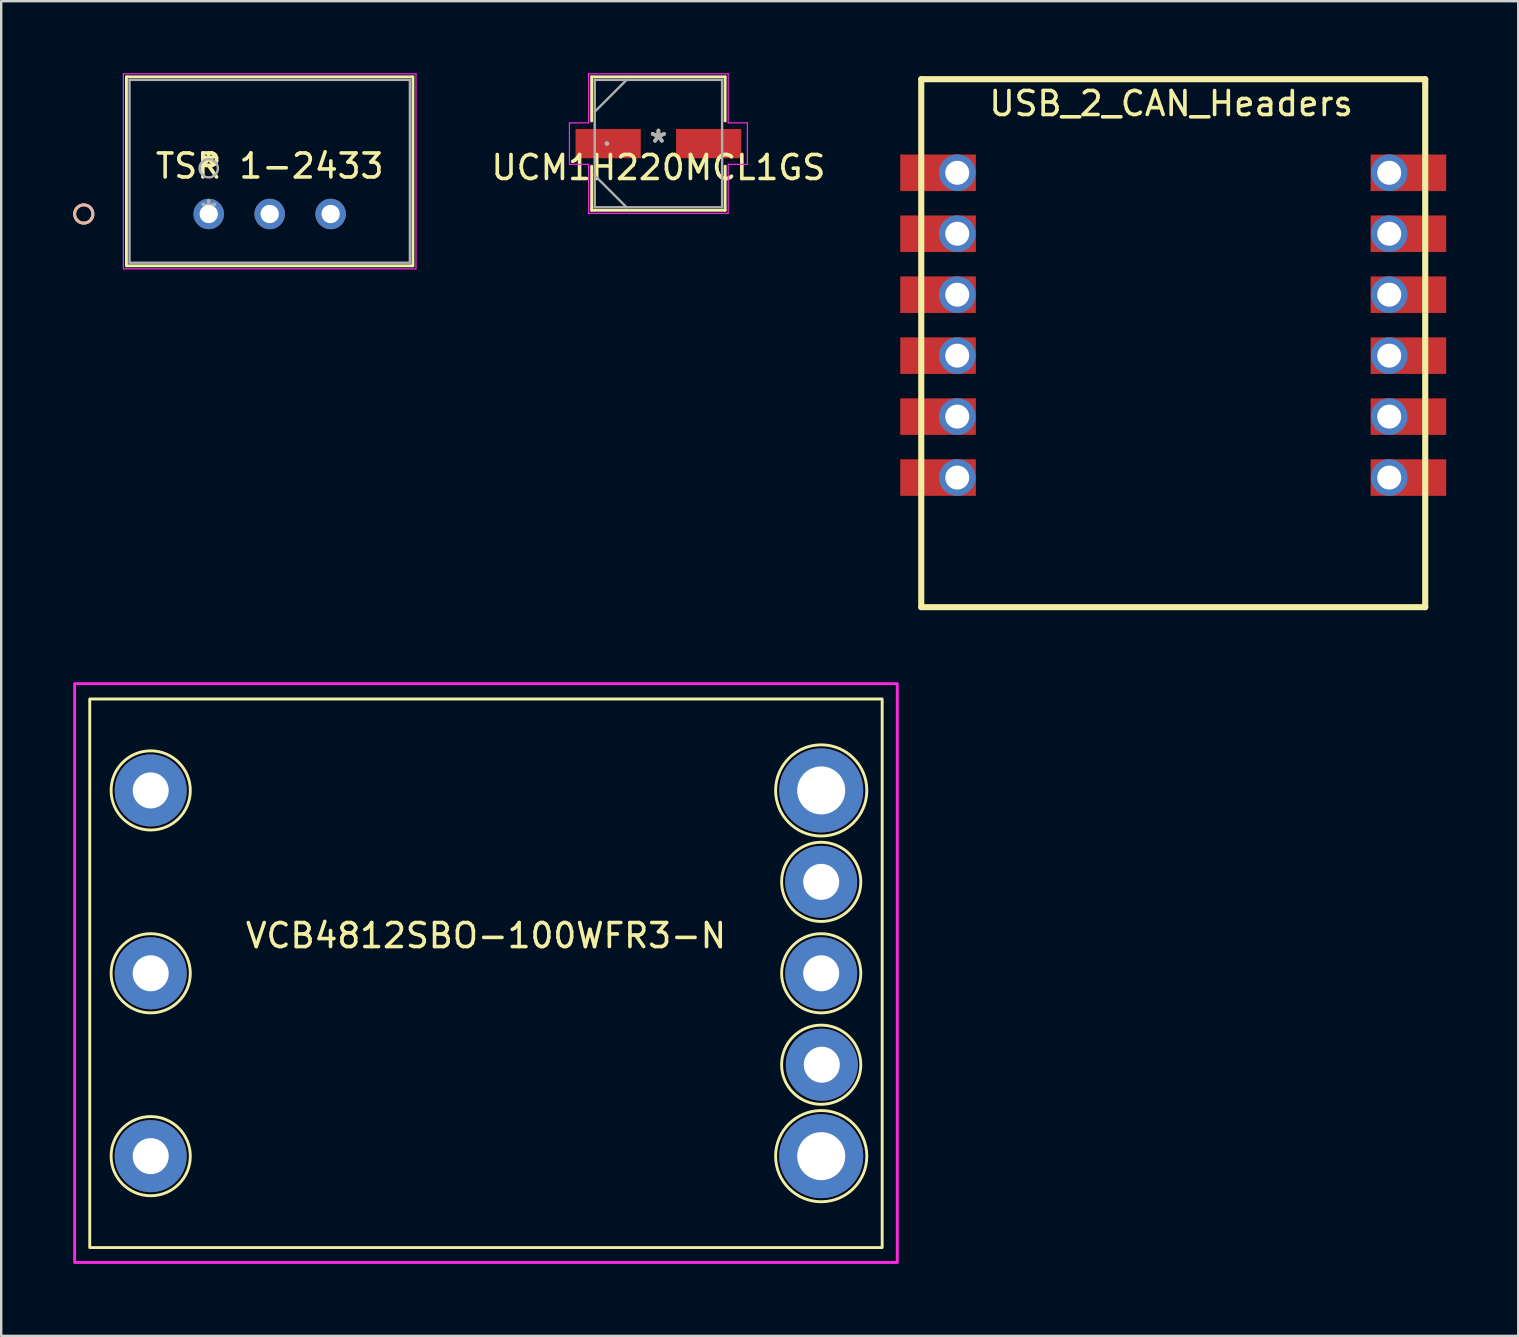
<source format=kicad_pcb>
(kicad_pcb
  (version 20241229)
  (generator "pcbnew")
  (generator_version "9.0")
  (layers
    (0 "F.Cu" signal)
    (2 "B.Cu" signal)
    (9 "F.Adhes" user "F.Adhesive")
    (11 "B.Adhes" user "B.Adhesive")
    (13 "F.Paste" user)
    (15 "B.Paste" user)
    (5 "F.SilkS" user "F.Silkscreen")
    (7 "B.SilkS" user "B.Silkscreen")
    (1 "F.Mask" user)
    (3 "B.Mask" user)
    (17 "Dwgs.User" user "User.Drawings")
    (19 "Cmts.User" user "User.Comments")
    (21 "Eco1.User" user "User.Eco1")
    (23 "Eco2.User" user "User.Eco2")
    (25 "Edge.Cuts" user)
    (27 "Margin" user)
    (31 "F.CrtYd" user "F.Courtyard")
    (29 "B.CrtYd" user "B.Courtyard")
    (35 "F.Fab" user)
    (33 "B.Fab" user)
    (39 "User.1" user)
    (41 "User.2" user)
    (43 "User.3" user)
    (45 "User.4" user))
  (footprint "UCM1H220MCL1GS"
    (layer "F.Cu")
    (at 24.386 2.933)
    (property "Reference" "UCM1H220MCL1GS" (at 0 1 0) (layer "F.SilkS") (effects (font (size 1 1) (thickness 0.15))))
    (attr through_hole)
    (fp_line (start -2.781 -2.781) (end -2.781 -0.942) (stroke (width 0.12) (type solid)) (layer "F.SilkS"))
    (fp_line (start -2.781 0.942) (end -2.781 2.781) (stroke (width 0.12) (type solid)) (layer "F.SilkS"))
    (fp_line (start -2.781 2.781) (end 2.781 2.781) (stroke (width 0.12) (type solid)) (layer "F.SilkS"))
    (fp_line (start 2.781 -2.781) (end -2.781 -2.781) (stroke (width 0.12) (type solid)) (layer "F.SilkS"))
    (fp_line (start 2.781 -0.942) (end 2.781 -2.781) (stroke (width 0.12) (type solid)) (layer "F.SilkS"))
    (fp_line (start 2.781 2.781) (end 2.781 0.942) (stroke (width 0.12) (type solid)) (layer "F.SilkS"))
    (fp_line (start -3.708 -0.864) (end -2.908 -0.864) (stroke (width 0.05) (type solid)) (layer "F.CrtYd"))
    (fp_line (start -3.708 0.864) (end -3.708 -0.864) (stroke (width 0.05) (type solid)) (layer "F.CrtYd"))
    (fp_line (start -2.908 -2.908) (end 2.908 -2.908) (stroke (width 0.05) (type solid)) (layer "F.CrtYd"))
    (fp_line (start -2.908 -0.864) (end -2.908 -2.908) (stroke (width 0.05) (type solid)) (layer "F.CrtYd"))
    (fp_line (start -2.908 0.864) (end -3.708 0.864) (stroke (width 0.05) (type solid)) (layer "F.CrtYd"))
    (fp_line (start -2.908 2.908) (end -2.908 0.864) (stroke (width 0.05) (type solid)) (layer "F.CrtYd"))
    (fp_line (start 2.908 -2.908) (end 2.908 -0.864) (stroke (width 0.05) (type solid)) (layer "F.CrtYd"))
    (fp_line (start 2.908 -0.864) (end 3.708 -0.864) (stroke (width 0.05) (type solid)) (layer "F.CrtYd"))
    (fp_line (start 2.908 0.864) (end 2.908 2.908) (stroke (width 0.05) (type solid)) (layer "F.CrtYd"))
    (fp_line (start 2.908 2.908) (end -2.908 2.908) (stroke (width 0.05) (type solid)) (layer "F.CrtYd"))
    (fp_line (start 3.708 -0.864) (end 3.708 0.864) (stroke (width 0.05) (type solid)) (layer "F.CrtYd"))
    (fp_line (start 3.708 0.864) (end 2.908 0.864) (stroke (width 0.05) (type solid)) (layer "F.CrtYd"))
    (fp_line (start -2.654 -2.654) (end -2.654 2.654) (stroke (width 0.1) (type solid)) (layer "F.Fab"))
    (fp_line (start -2.654 -1.327) (end -1.327 -2.654) (stroke (width 0.1) (type solid)) (layer "F.Fab"))
    (fp_line (start -2.654 1.327) (end -1.327 2.654) (stroke (width 0.1) (type solid)) (layer "F.Fab"))
    (fp_line (start -2.654 2.654) (end 2.654 2.654) (stroke (width 0.1) (type solid)) (layer "F.Fab"))
    (fp_line (start 2.654 -2.654) (end -2.654 -2.654) (stroke (width 0.1) (type solid)) (layer "F.Fab"))
    (fp_line (start 2.654 2.654) (end 2.654 -2.654) (stroke (width 0.1) (type solid)) (layer "F.Fab"))
    (fp_circle (center -2.146 0) (end -2.146 0) (stroke (width 0.1) (type solid)) (fill no) (layer "F.Fab"))
    (fp_text user "*" (at 0 0 0) (layer "F.SilkS") (effects (font (size 1 1) (thickness 0.15))))
    (fp_text user "*" (at 0 0 0) (layer "F.Fab") (effects (font (size 1 1) (thickness 0.15))))
    (pad "1" smd rect (at -2.095 0) (size 2.718 1.219) (layers "F.Cu" "F.Mask" "F.Paste"))
    (pad "2" smd rect (at 2.095 0) (size 2.718 1.219) (layers "F.Cu" "F.Mask" "F.Paste")))
  (footprint "USB_2_CAN_Headers"
    (layer "F.Cu")
    (at 35.339 0.25)
    (property "Reference" "USB_2_CAN_Headers" (at 10.414 1.016 0) (unlocked yes) (layer "F.SilkS") (effects (font (size 1 1) (thickness 0.15))))
    (fp_line (start 0 0) (end 21 0) (stroke (width 0.254) (type solid)) (layer "F.SilkS"))
    (fp_line (start 0 22) (end 0 0) (stroke (width 0.254) (type solid)) (layer "F.SilkS"))
    (fp_line (start 0 22) (end 21 22) (stroke (width 0.254) (type solid)) (layer "F.SilkS"))
    (fp_line (start 21 22) (end 21 0) (stroke (width 0.254) (type solid)) (layer "F.SilkS"))
    (pad "1" thru_hole circle (at 19.5 16.6 180) (size 1.524 1.524) (drill 1) (layers "*.Cu" "*.Mask"))
    (pad "1" smd rect (at 20.3 16.6) (size 3.15 1.524) (layers "F.Cu" "F.Mask" "F.Paste"))
    (pad "2" thru_hole circle (at 19.5 14.06 180) (size 1.524 1.524) (drill 1) (layers "*.Cu" "*.Mask"))
    (pad "2" smd rect (at 20.3 14.06) (size 3.15 1.524) (layers "F.Cu" "F.Mask" "F.Paste"))
    (pad "3" thru_hole circle (at 19.5 11.52 180) (size 1.524 1.524) (drill 1) (layers "*.Cu" "*.Mask"))
    (pad "3" smd rect (at 20.3 11.52) (size 3.15 1.524) (layers "F.Cu" "F.Mask" "F.Paste"))
    (pad "4" thru_hole circle (at 19.5 8.98 180) (size 1.524 1.524) (drill 1) (layers "*.Cu" "*.Mask"))
    (pad "4" smd rect (at 20.3 8.98) (size 3.15 1.524) (layers "F.Cu" "F.Mask" "F.Paste"))
    (pad "5" thru_hole circle (at 19.5 6.44 180) (size 1.524 1.524) (drill 1) (layers "*.Cu" "*.Mask"))
    (pad "5" smd rect (at 20.3 6.44) (size 3.15 1.524) (layers "F.Cu" "F.Mask" "F.Paste"))
    (pad "6" thru_hole circle (at 19.5 3.9 180) (size 1.524 1.524) (drill 1) (layers "*.Cu" "*.Mask"))
    (pad "6" smd rect (at 20.3 3.9) (size 3.15 1.524) (layers "F.Cu" "F.Mask" "F.Paste"))
    (pad "7" smd rect (at 0.7 3.9 180) (size 3.15 1.524) (layers "F.Cu" "F.Mask" "F.Paste"))
    (pad "7" thru_hole circle (at 1.5 3.9) (size 1.524 1.524) (drill 1) (layers "*.Cu" "*.Mask"))
    (pad "8" smd rect (at 0.7 6.44 180) (size 3.15 1.524) (layers "F.Cu" "F.Mask" "F.Paste"))
    (pad "8" thru_hole circle (at 1.5 6.44) (size 1.524 1.524) (drill 1) (layers "*.Cu" "*.Mask"))
    (pad "9" smd rect (at 0.7 8.98 180) (size 3.15 1.524) (layers "F.Cu" "F.Mask" "F.Paste"))
    (pad "9" thru_hole circle (at 1.5 8.98) (size 1.524 1.524) (drill 1) (layers "*.Cu" "*.Mask"))
    (pad "10" smd rect (at 0.7 11.52 180) (size 3.15 1.524) (layers "F.Cu" "F.Mask" "F.Paste"))
    (pad "10" thru_hole circle (at 1.5 11.52) (size 1.524 1.524) (drill 1) (layers "*.Cu" "*.Mask"))
    (pad "11" smd rect (at 0.7 14.06 180) (size 3.15 1.524) (layers "F.Cu" "F.Mask" "F.Paste"))
    (pad "11" thru_hole circle (at 1.5 14.06) (size 1.524 1.524) (drill 1) (layers "*.Cu" "*.Mask"))
    (pad "12" smd rect (at 0.7 16.6 180) (size 3.15 1.524) (layers "F.Cu" "F.Mask" "F.Paste"))
    (pad "12" thru_hole circle (at 1.5 16.6) (size 1.524 1.524) (drill 1) (layers "*.Cu" "*.Mask")))
  (footprint "TSR 1-2433"
    (layer "F.Cu")
    (at 5.648 5.867)
    (property "Reference" "TSR 1-2433" (at 2.54 -2 0) (layer "F.SilkS") (effects (font (size 1 1) (thickness 0.15))))
    (attr through_hole)
    (fp_line (start -3.429 -5.715) (end -3.429 2.159) (stroke (width 0.12) (type solid)) (layer "F.SilkS"))
    (fp_line (start -3.429 2.159) (end 8.509 2.159) (stroke (width 0.12) (type solid)) (layer "F.SilkS"))
    (fp_line (start 8.509 -5.715) (end -3.429 -5.715) (stroke (width 0.12) (type solid)) (layer "F.SilkS"))
    (fp_line (start 8.509 2.159) (end 8.509 -5.715) (stroke (width 0.12) (type solid)) (layer "F.SilkS"))
    (fp_circle (center -5.207 0) (end -4.826 0) (stroke (width 0.12) (type solid)) (fill no) (layer "F.SilkS"))
    (fp_circle (center -5.207 0) (end -4.826 0) (stroke (width 0.12) (type solid)) (fill no) (layer "B.SilkS"))
    (fp_line (start -3.556 -5.842) (end -3.556 2.286) (stroke (width 0.05) (type solid)) (layer "F.CrtYd"))
    (fp_line (start -3.556 2.286) (end 8.636 2.286) (stroke (width 0.05) (type solid)) (layer "F.CrtYd"))
    (fp_line (start 8.636 -5.842) (end -3.556 -5.842) (stroke (width 0.05) (type solid)) (layer "F.CrtYd"))
    (fp_line (start 8.636 2.286) (end 8.636 -5.842) (stroke (width 0.05) (type solid)) (layer "F.CrtYd"))
    (fp_line (start -3.302 -5.588) (end -3.302 2.032) (stroke (width 0.1) (type solid)) (layer "F.Fab"))
    (fp_line (start -3.302 2.032) (end 8.382 2.032) (stroke (width 0.1) (type solid)) (layer "F.Fab"))
    (fp_line (start 8.382 -5.588) (end -3.302 -5.588) (stroke (width 0.1) (type solid)) (layer "F.Fab"))
    (fp_line (start 8.382 2.032) (end 8.382 -5.588) (stroke (width 0.1) (type solid)) (layer "F.Fab"))
    (fp_circle (center 0 -1.905) (end 0.381 -1.905) (stroke (width 0.1) (type solid)) (fill no) (layer "F.Fab"))
    (fp_text user "*" (at 0 -2 0) (layer "F.SilkS") (effects (font (size 1 1) (thickness 0.15))))
    (fp_text user "*" (at 0 0 0) (layer "F.Fab") (effects (font (size 1 1) (thickness 0.15))))
    (pad "1" thru_hole circle (at 0 0) (size 1.27 1.27) (drill 0.762) (layers "*.Cu" "*.Mask"))
    (pad "2" thru_hole circle (at 2.54 0) (size 1.27 1.27) (drill 0.762) (layers "*.Cu" "*.Mask"))
    (pad "3" thru_hole circle (at 5.08 0) (size 1.27 1.27) (drill 0.762) (layers "*.Cu" "*.Mask")))
  (footprint "VCB4812SBO-100WFR3-N"
    (layer "F.Cu")
    (at 17.2 37.507)
    (property "Reference" "VCB4812SBO-100WFR3-N" (at 0 -1.57 0) (unlocked yes) (layer "F.SilkS") (effects (font (size 1 1) (thickness 0.15))))
    (attr through_hole)
    (fp_rect (start -16.51 -11.43) (end 16.51 11.43) (stroke (width 0.12) (type solid)) (fill no) (layer "F.SilkS"))
    (fp_circle (center -13.97 -7.62) (end -12.32 -7.62) (stroke (width 0.12) (type solid)) (fill no) (layer "F.SilkS"))
    (fp_circle (center -13.97 0) (end -12.32 0) (stroke (width 0.12) (type solid)) (fill no) (layer "F.SilkS"))
    (fp_circle (center -13.97 7.62) (end -12.32 7.62) (stroke (width 0.12) (type solid)) (fill no) (layer "F.SilkS"))
    (fp_circle (center 13.97 -7.62) (end 15.87 -7.62) (stroke (width 0.12) (type solid)) (fill no) (layer "F.SilkS"))
    (fp_circle (center 13.97 -3.81) (end 15.62 -3.81) (stroke (width 0.12) (type solid)) (fill no) (layer "F.SilkS"))
    (fp_circle (center 13.97 0) (end 15.62 0) (stroke (width 0.12) (type solid)) (fill no) (layer "F.SilkS"))
    (fp_circle (center 13.97 3.81) (end 15.62 3.81) (stroke (width 0.12) (type solid)) (fill no) (layer "F.SilkS"))
    (fp_circle (center 13.97 7.62) (end 15.87 7.62) (stroke (width 0.12) (type solid)) (fill no) (layer "F.SilkS"))
    (fp_rect (start -17.14 -12.07) (end 17.14 12.05) (stroke (width 0.12) (type solid)) (fill no) (layer "F.CrtYd"))
    (pad "1" thru_hole circle (at -13.97 -7.62) (size 3 3) (drill 1.5) (layers "*.Cu" "*.Mask"))
    (pad "2" thru_hole circle (at -13.97 0) (size 3 3) (drill 1.5) (layers "*.Cu" "*.Mask"))
    (pad "3" thru_hole circle (at -13.97 7.62) (size 3 3) (drill 1.5) (layers "*.Cu" "*.Mask"))
    (pad "4" thru_hole circle (at 13.97 7.62) (size 3.5 3.5) (drill 2) (layers "*.Cu" "*.Mask"))
    (pad "5" thru_hole circle (at 13.995 3.81) (size 3 3) (drill 1.5) (layers "*.Cu" "*.Mask"))
    (pad "6" thru_hole circle (at 13.97 0) (size 3 3) (drill 1.5) (layers "*.Cu" "*.Mask"))
    (pad "7" thru_hole circle (at 13.97 -3.81) (size 3 3) (drill 1.5) (layers "*.Cu" "*.Mask"))
    (pad "8" thru_hole circle (at 13.97 -7.62) (size 3.5 3.5) (drill 2) (layers "*.Cu" "*.Mask")))
  (gr_rect
    (start -3 -3)
    (end 60.214 52.617)
    (stroke (width 0.1) (type default))
    (fill no)
    (layer "Edge.Cuts")))
</source>
